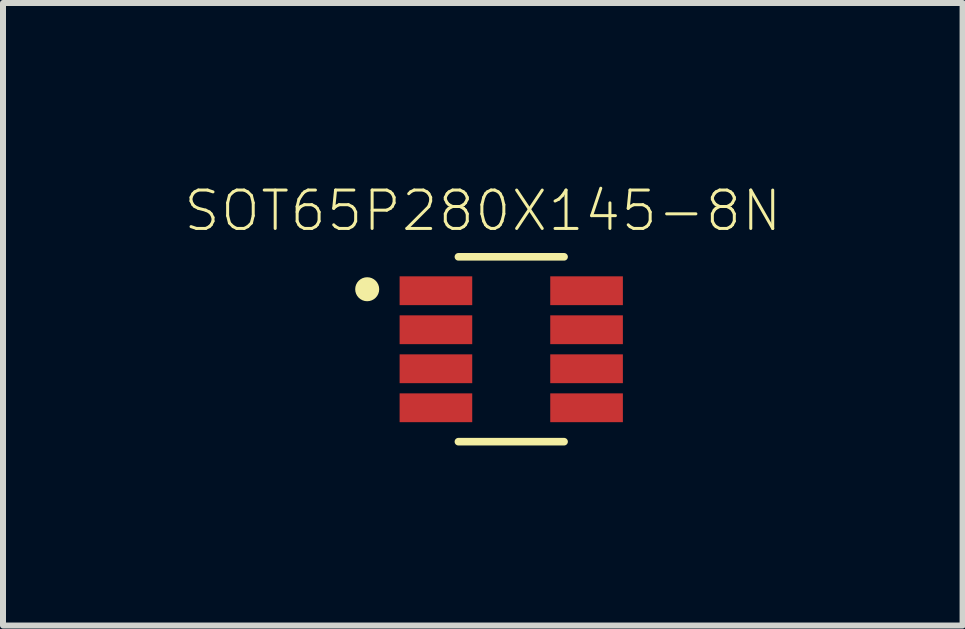
<source format=kicad_pcb>
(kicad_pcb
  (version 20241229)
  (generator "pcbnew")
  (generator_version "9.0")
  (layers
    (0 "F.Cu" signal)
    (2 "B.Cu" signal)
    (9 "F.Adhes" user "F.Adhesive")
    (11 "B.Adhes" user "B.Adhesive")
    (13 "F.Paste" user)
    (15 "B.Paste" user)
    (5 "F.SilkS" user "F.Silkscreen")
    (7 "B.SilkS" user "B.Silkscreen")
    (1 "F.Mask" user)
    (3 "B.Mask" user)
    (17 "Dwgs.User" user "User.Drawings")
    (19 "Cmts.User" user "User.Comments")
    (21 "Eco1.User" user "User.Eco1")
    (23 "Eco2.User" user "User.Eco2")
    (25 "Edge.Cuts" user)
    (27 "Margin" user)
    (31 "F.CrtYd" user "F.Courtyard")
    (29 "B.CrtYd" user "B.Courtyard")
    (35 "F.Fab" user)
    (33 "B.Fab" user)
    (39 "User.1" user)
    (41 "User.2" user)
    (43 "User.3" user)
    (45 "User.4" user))
  (footprint "SOT65P280X145-8N"
    (layer "F.Cu")
    (at 5.468 2.769)
    (property "Reference" "SOT65P280X145-8N" (at -0.474 -2.306 0) (layer "F.SilkS") (effects (font (size 0.64 0.64) (thickness 0.05))))
    (attr smd)
    (fp_line (start -0.88 -1.54) (end 0.88 -1.54) (stroke (width 0.127) (type solid)) (layer "F.SilkS"))
    (fp_line (start -0.88 1.54) (end 0.88 1.54) (stroke (width 0.127) (type solid)) (layer "F.SilkS"))
    (fp_circle (center -2.4 -1) (end -2.3 -1) (stroke (width 0.2) (type solid)) (fill no) (layer "F.SilkS"))
    (fp_circle (center -2.4 -1) (end -2.3 -1) (stroke (width 0.2) (type solid)) (fill no) (layer "Eco2.User"))
    (pad "1" smd rect (at -1.255 -0.975) (size 1.21 0.48) (layers "F.Cu" "F.Mask" "F.Paste"))
    (pad "2" smd rect (at -1.255 -0.325) (size 1.21 0.48) (layers "F.Cu" "F.Mask" "F.Paste"))
    (pad "3" smd rect (at -1.255 0.325) (size 1.21 0.48) (layers "F.Cu" "F.Mask" "F.Paste"))
    (pad "4" smd rect (at -1.255 0.975) (size 1.21 0.48) (layers "F.Cu" "F.Mask" "F.Paste"))
    (pad "5" smd rect (at 1.255 0.975 180) (size 1.21 0.48) (layers "F.Cu" "F.Mask" "F.Paste"))
    (pad "6" smd rect (at 1.255 0.325 180) (size 1.21 0.48) (layers "F.Cu" "F.Mask" "F.Paste"))
    (pad "7" smd rect (at 1.255 -0.325 180) (size 1.21 0.48) (layers "F.Cu" "F.Mask" "F.Paste"))
    (pad "8" smd rect (at 1.255 -0.975 180) (size 1.21 0.48) (layers "F.Cu" "F.Mask" "F.Paste")))
  (gr_rect
    (start -3 -3)
    (end 12.988 7.372)
    (stroke (width 0.1) (type default))
    (fill no)
    (layer "Edge.Cuts")))
</source>
